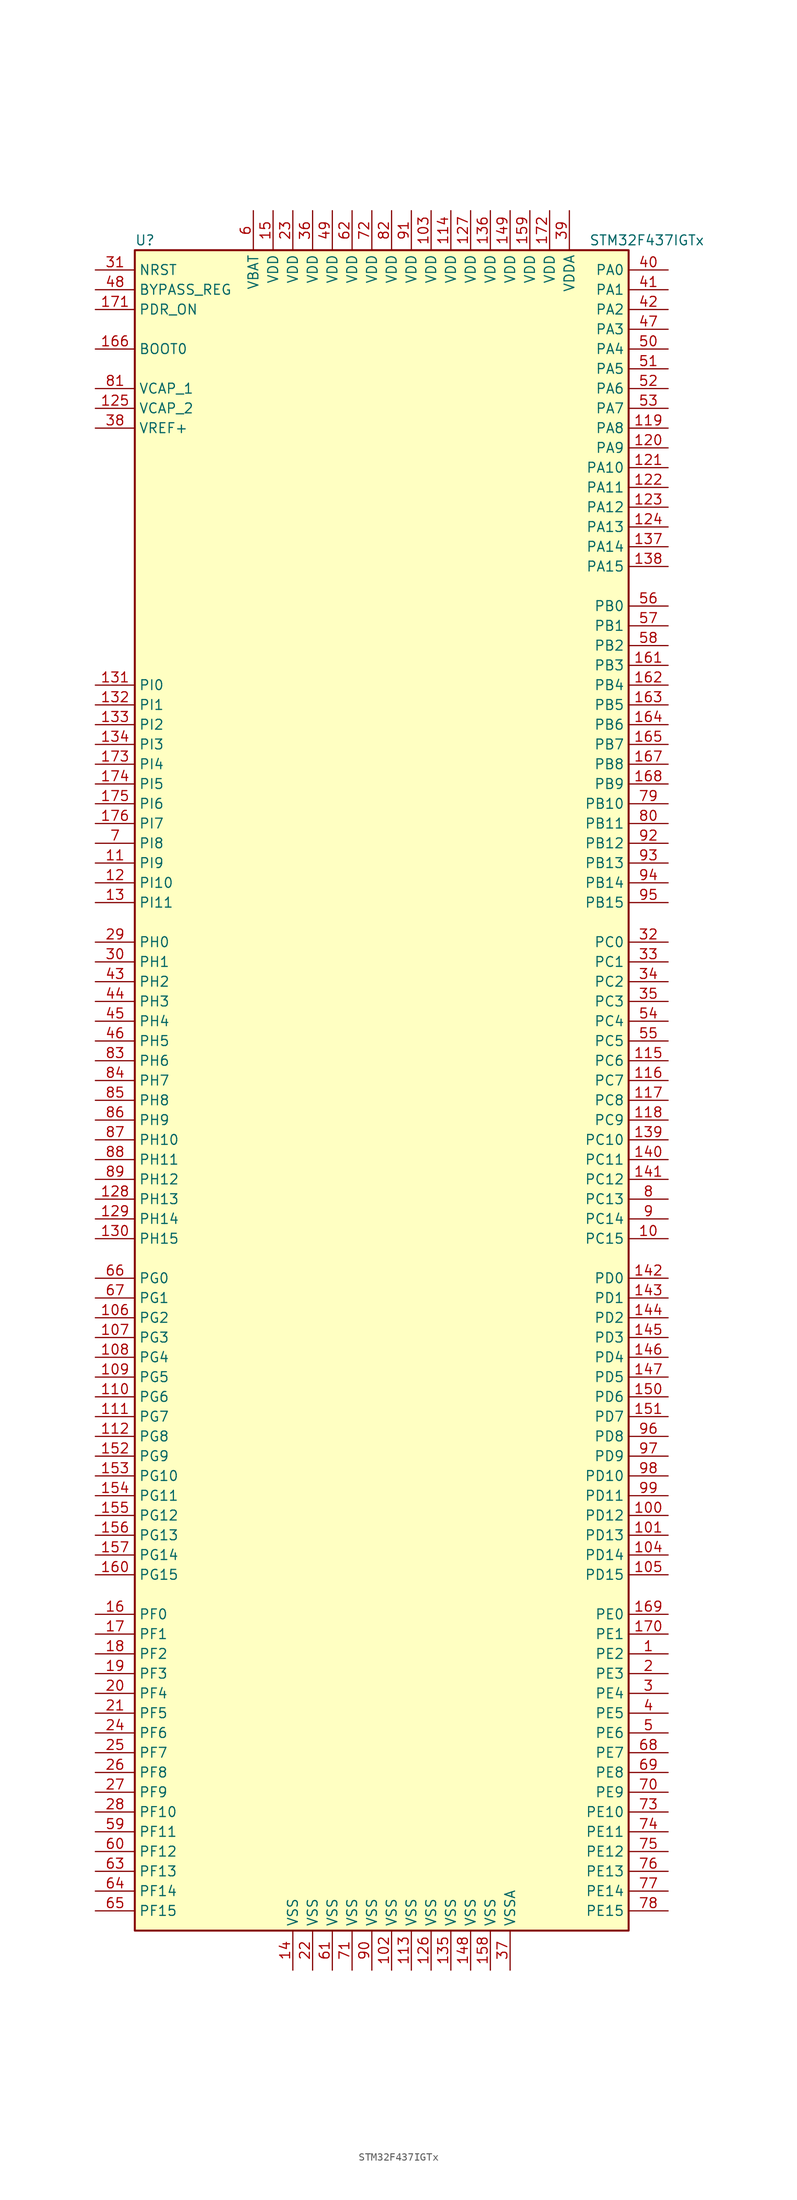
<source format=kicad_sym>
(kicad_symbol_lib
  (version 20211014)
  (generator kicad_symbol_editor)
  (symbol "STM32F437IGTx"
    (property "Reference" "U"
      (at -33.02 107.95 0)
      (effects (font (size 1.27 1.27)) (justify left)))
    (property "Value" "STM32F437IGTx"
      (at 25.4 107.95 0)
      (effects (font (size 1.27 1.27)) (justify left)))
    (symbol "STM32F437IGTx_0_1"
      (rectangle (start -33.02 -109.22) (end 30.48 106.68) (stroke (width 0.254) (type default) (color 0 0 0 0)) (fill (type background))))
    (symbol "STM32F437IGTx_1_1"
      (pin bidirectional line (at 35.56 -73.66 180) (length 5.08) (name "PE2" (effects (font (size 1.27 1.27)))) (number "1" (effects (font (size 1.27 1.27)))))
      (pin bidirectional line (at 35.56 -20.32 180) (length 5.08) (name "PC15" (effects (font (size 1.27 1.27)))) (number "10" (effects (font (size 1.27 1.27)))))
      (pin bidirectional line (at 35.56 -55.88 180) (length 5.08) (name "PD12" (effects (font (size 1.27 1.27)))) (number "100" (effects (font (size 1.27 1.27)))))
      (pin bidirectional line (at 35.56 -58.42 180) (length 5.08) (name "PD13" (effects (font (size 1.27 1.27)))) (number "101" (effects (font (size 1.27 1.27)))))
      (pin power_in line (at 0 -114.3 90) (length 5.08) (name "VSS" (effects (font (size 1.27 1.27)))) (number "102" (effects (font (size 1.27 1.27)))))
      (pin power_in line (at 5.08 111.76 270) (length 5.08) (name "VDD" (effects (font (size 1.27 1.27)))) (number "103" (effects (font (size 1.27 1.27)))))
      (pin bidirectional line (at 35.56 -60.96 180) (length 5.08) (name "PD14" (effects (font (size 1.27 1.27)))) (number "104" (effects (font (size 1.27 1.27)))))
      (pin bidirectional line (at 35.56 -63.5 180) (length 5.08) (name "PD15" (effects (font (size 1.27 1.27)))) (number "105" (effects (font (size 1.27 1.27)))))
      (pin bidirectional line (at -38.1 -30.48 0) (length 5.08) (name "PG2" (effects (font (size 1.27 1.27)))) (number "106" (effects (font (size 1.27 1.27)))))
      (pin bidirectional line (at -38.1 -33.02 0) (length 5.08) (name "PG3" (effects (font (size 1.27 1.27)))) (number "107" (effects (font (size 1.27 1.27)))))
      (pin bidirectional line (at -38.1 -35.56 0) (length 5.08) (name "PG4" (effects (font (size 1.27 1.27)))) (number "108" (effects (font (size 1.27 1.27)))))
      (pin bidirectional line (at -38.1 -38.1 0) (length 5.08) (name "PG5" (effects (font (size 1.27 1.27)))) (number "109" (effects (font (size 1.27 1.27)))))
      (pin bidirectional line (at -38.1 27.94 0) (length 5.08) (name "PI9" (effects (font (size 1.27 1.27)))) (number "11" (effects (font (size 1.27 1.27)))))
      (pin bidirectional line (at -38.1 -40.64 0) (length 5.08) (name "PG6" (effects (font (size 1.27 1.27)))) (number "110" (effects (font (size 1.27 1.27)))))
      (pin bidirectional line (at -38.1 -43.18 0) (length 5.08) (name "PG7" (effects (font (size 1.27 1.27)))) (number "111" (effects (font (size 1.27 1.27)))))
      (pin bidirectional line (at -38.1 -45.72 0) (length 5.08) (name "PG8" (effects (font (size 1.27 1.27)))) (number "112" (effects (font (size 1.27 1.27)))))
      (pin power_in line (at 2.54 -114.3 90) (length 5.08) (name "VSS" (effects (font (size 1.27 1.27)))) (number "113" (effects (font (size 1.27 1.27)))))
      (pin power_in line (at 7.62 111.76 270) (length 5.08) (name "VDD" (effects (font (size 1.27 1.27)))) (number "114" (effects (font (size 1.27 1.27)))))
      (pin bidirectional line (at 35.56 2.54 180) (length 5.08) (name "PC6" (effects (font (size 1.27 1.27)))) (number "115" (effects (font (size 1.27 1.27)))))
      (pin bidirectional line (at 35.56 0 180) (length 5.08) (name "PC7" (effects (font (size 1.27 1.27)))) (number "116" (effects (font (size 1.27 1.27)))))
      (pin bidirectional line (at 35.56 -2.54 180) (length 5.08) (name "PC8" (effects (font (size 1.27 1.27)))) (number "117" (effects (font (size 1.27 1.27)))))
      (pin bidirectional line (at 35.56 -5.08 180) (length 5.08) (name "PC9" (effects (font (size 1.27 1.27)))) (number "118" (effects (font (size 1.27 1.27)))))
      (pin bidirectional line (at 35.56 83.82 180) (length 5.08) (name "PA8" (effects (font (size 1.27 1.27)))) (number "119" (effects (font (size 1.27 1.27)))))
      (pin bidirectional line (at -38.1 25.4 0) (length 5.08) (name "PI10" (effects (font (size 1.27 1.27)))) (number "12" (effects (font (size 1.27 1.27)))))
      (pin bidirectional line (at 35.56 81.28 180) (length 5.08) (name "PA9" (effects (font (size 1.27 1.27)))) (number "120" (effects (font (size 1.27 1.27)))))
      (pin bidirectional line (at 35.56 78.74 180) (length 5.08) (name "PA10" (effects (font (size 1.27 1.27)))) (number "121" (effects (font (size 1.27 1.27)))))
      (pin bidirectional line (at 35.56 76.2 180) (length 5.08) (name "PA11" (effects (font (size 1.27 1.27)))) (number "122" (effects (font (size 1.27 1.27)))))
      (pin bidirectional line (at 35.56 73.66 180) (length 5.08) (name "PA12" (effects (font (size 1.27 1.27)))) (number "123" (effects (font (size 1.27 1.27)))))
      (pin bidirectional line (at 35.56 71.12 180) (length 5.08) (name "PA13" (effects (font (size 1.27 1.27)))) (number "124" (effects (font (size 1.27 1.27)))))
      (pin power_in line (at -38.1 86.36 0) (length 5.08) (name "VCAP_2" (effects (font (size 1.27 1.27)))) (number "125" (effects (font (size 1.27 1.27)))))
      (pin power_in line (at 5.08 -114.3 90) (length 5.08) (name "VSS" (effects (font (size 1.27 1.27)))) (number "126" (effects (font (size 1.27 1.27)))))
      (pin power_in line (at 10.16 111.76 270) (length 5.08) (name "VDD" (effects (font (size 1.27 1.27)))) (number "127" (effects (font (size 1.27 1.27)))))
      (pin bidirectional line (at -38.1 -15.24 0) (length 5.08) (name "PH13" (effects (font (size 1.27 1.27)))) (number "128" (effects (font (size 1.27 1.27)))))
      (pin bidirectional line (at -38.1 -17.78 0) (length 5.08) (name "PH14" (effects (font (size 1.27 1.27)))) (number "129" (effects (font (size 1.27 1.27)))))
      (pin bidirectional line (at -38.1 22.86 0) (length 5.08) (name "PI11" (effects (font (size 1.27 1.27)))) (number "13" (effects (font (size 1.27 1.27)))))
      (pin bidirectional line (at -38.1 -20.32 0) (length 5.08) (name "PH15" (effects (font (size 1.27 1.27)))) (number "130" (effects (font (size 1.27 1.27)))))
      (pin bidirectional line (at -38.1 50.8 0) (length 5.08) (name "PI0" (effects (font (size 1.27 1.27)))) (number "131" (effects (font (size 1.27 1.27)))))
      (pin bidirectional line (at -38.1 48.26 0) (length 5.08) (name "PI1" (effects (font (size 1.27 1.27)))) (number "132" (effects (font (size 1.27 1.27)))))
      (pin bidirectional line (at -38.1 45.72 0) (length 5.08) (name "PI2" (effects (font (size 1.27 1.27)))) (number "133" (effects (font (size 1.27 1.27)))))
      (pin bidirectional line (at -38.1 43.18 0) (length 5.08) (name "PI3" (effects (font (size 1.27 1.27)))) (number "134" (effects (font (size 1.27 1.27)))))
      (pin power_in line (at 7.62 -114.3 90) (length 5.08) (name "VSS" (effects (font (size 1.27 1.27)))) (number "135" (effects (font (size 1.27 1.27)))))
      (pin power_in line (at 12.7 111.76 270) (length 5.08) (name "VDD" (effects (font (size 1.27 1.27)))) (number "136" (effects (font (size 1.27 1.27)))))
      (pin bidirectional line (at 35.56 68.58 180) (length 5.08) (name "PA14" (effects (font (size 1.27 1.27)))) (number "137" (effects (font (size 1.27 1.27)))))
      (pin bidirectional line (at 35.56 66.04 180) (length 5.08) (name "PA15" (effects (font (size 1.27 1.27)))) (number "138" (effects (font (size 1.27 1.27)))))
      (pin bidirectional line (at 35.56 -7.62 180) (length 5.08) (name "PC10" (effects (font (size 1.27 1.27)))) (number "139" (effects (font (size 1.27 1.27)))))
      (pin power_in line (at -12.7 -114.3 90) (length 5.08) (name "VSS" (effects (font (size 1.27 1.27)))) (number "14" (effects (font (size 1.27 1.27)))))
      (pin bidirectional line (at 35.56 -10.16 180) (length 5.08) (name "PC11" (effects (font (size 1.27 1.27)))) (number "140" (effects (font (size 1.27 1.27)))))
      (pin bidirectional line (at 35.56 -12.7 180) (length 5.08) (name "PC12" (effects (font (size 1.27 1.27)))) (number "141" (effects (font (size 1.27 1.27)))))
      (pin bidirectional line (at 35.56 -25.4 180) (length 5.08) (name "PD0" (effects (font (size 1.27 1.27)))) (number "142" (effects (font (size 1.27 1.27)))))
      (pin bidirectional line (at 35.56 -27.94 180) (length 5.08) (name "PD1" (effects (font (size 1.27 1.27)))) (number "143" (effects (font (size 1.27 1.27)))))
      (pin bidirectional line (at 35.56 -30.48 180) (length 5.08) (name "PD2" (effects (font (size 1.27 1.27)))) (number "144" (effects (font (size 1.27 1.27)))))
      (pin bidirectional line (at 35.56 -33.02 180) (length 5.08) (name "PD3" (effects (font (size 1.27 1.27)))) (number "145" (effects (font (size 1.27 1.27)))))
      (pin bidirectional line (at 35.56 -35.56 180) (length 5.08) (name "PD4" (effects (font (size 1.27 1.27)))) (number "146" (effects (font (size 1.27 1.27)))))
      (pin bidirectional line (at 35.56 -38.1 180) (length 5.08) (name "PD5" (effects (font (size 1.27 1.27)))) (number "147" (effects (font (size 1.27 1.27)))))
      (pin power_in line (at 10.16 -114.3 90) (length 5.08) (name "VSS" (effects (font (size 1.27 1.27)))) (number "148" (effects (font (size 1.27 1.27)))))
      (pin power_in line (at 15.24 111.76 270) (length 5.08) (name "VDD" (effects (font (size 1.27 1.27)))) (number "149" (effects (font (size 1.27 1.27)))))
      (pin power_in line (at -15.24 111.76 270) (length 5.08) (name "VDD" (effects (font (size 1.27 1.27)))) (number "15" (effects (font (size 1.27 1.27)))))
      (pin bidirectional line (at 35.56 -40.64 180) (length 5.08) (name "PD6" (effects (font (size 1.27 1.27)))) (number "150" (effects (font (size 1.27 1.27)))))
      (pin bidirectional line (at 35.56 -43.18 180) (length 5.08) (name "PD7" (effects (font (size 1.27 1.27)))) (number "151" (effects (font (size 1.27 1.27)))))
      (pin bidirectional line (at -38.1 -48.26 0) (length 5.08) (name "PG9" (effects (font (size 1.27 1.27)))) (number "152" (effects (font (size 1.27 1.27)))))
      (pin bidirectional line (at -38.1 -50.8 0) (length 5.08) (name "PG10" (effects (font (size 1.27 1.27)))) (number "153" (effects (font (size 1.27 1.27)))))
      (pin bidirectional line (at -38.1 -53.34 0) (length 5.08) (name "PG11" (effects (font (size 1.27 1.27)))) (number "154" (effects (font (size 1.27 1.27)))))
      (pin bidirectional line (at -38.1 -55.88 0) (length 5.08) (name "PG12" (effects (font (size 1.27 1.27)))) (number "155" (effects (font (size 1.27 1.27)))))
      (pin bidirectional line (at -38.1 -58.42 0) (length 5.08) (name "PG13" (effects (font (size 1.27 1.27)))) (number "156" (effects (font (size 1.27 1.27)))))
      (pin bidirectional line (at -38.1 -60.96 0) (length 5.08) (name "PG14" (effects (font (size 1.27 1.27)))) (number "157" (effects (font (size 1.27 1.27)))))
      (pin power_in line (at 12.7 -114.3 90) (length 5.08) (name "VSS" (effects (font (size 1.27 1.27)))) (number "158" (effects (font (size 1.27 1.27)))))
      (pin power_in line (at 17.78 111.76 270) (length 5.08) (name "VDD" (effects (font (size 1.27 1.27)))) (number "159" (effects (font (size 1.27 1.27)))))
      (pin bidirectional line (at -38.1 -68.58 0) (length 5.08) (name "PF0" (effects (font (size 1.27 1.27)))) (number "16" (effects (font (size 1.27 1.27)))))
      (pin bidirectional line (at -38.1 -63.5 0) (length 5.08) (name "PG15" (effects (font (size 1.27 1.27)))) (number "160" (effects (font (size 1.27 1.27)))))
      (pin bidirectional line (at 35.56 53.34 180) (length 5.08) (name "PB3" (effects (font (size 1.27 1.27)))) (number "161" (effects (font (size 1.27 1.27)))))
      (pin bidirectional line (at 35.56 50.8 180) (length 5.08) (name "PB4" (effects (font (size 1.27 1.27)))) (number "162" (effects (font (size 1.27 1.27)))))
      (pin bidirectional line (at 35.56 48.26 180) (length 5.08) (name "PB5" (effects (font (size 1.27 1.27)))) (number "163" (effects (font (size 1.27 1.27)))))
      (pin bidirectional line (at 35.56 45.72 180) (length 5.08) (name "PB6" (effects (font (size 1.27 1.27)))) (number "164" (effects (font (size 1.27 1.27)))))
      (pin bidirectional line (at 35.56 43.18 180) (length 5.08) (name "PB7" (effects (font (size 1.27 1.27)))) (number "165" (effects (font (size 1.27 1.27)))))
      (pin input line (at -38.1 93.98 0) (length 5.08) (name "BOOT0" (effects (font (size 1.27 1.27)))) (number "166" (effects (font (size 1.27 1.27)))))
      (pin bidirectional line (at 35.56 40.64 180) (length 5.08) (name "PB8" (effects (font (size 1.27 1.27)))) (number "167" (effects (font (size 1.27 1.27)))))
      (pin bidirectional line (at 35.56 38.1 180) (length 5.08) (name "PB9" (effects (font (size 1.27 1.27)))) (number "168" (effects (font (size 1.27 1.27)))))
      (pin bidirectional line (at 35.56 -68.58 180) (length 5.08) (name "PE0" (effects (font (size 1.27 1.27)))) (number "169" (effects (font (size 1.27 1.27)))))
      (pin bidirectional line (at -38.1 -71.12 0) (length 5.08) (name "PF1" (effects (font (size 1.27 1.27)))) (number "17" (effects (font (size 1.27 1.27)))))
      (pin bidirectional line (at 35.56 -71.12 180) (length 5.08) (name "PE1" (effects (font (size 1.27 1.27)))) (number "170" (effects (font (size 1.27 1.27)))))
      (pin input line (at -38.1 99.06 0) (length 5.08) (name "PDR_ON" (effects (font (size 1.27 1.27)))) (number "171" (effects (font (size 1.27 1.27)))))
      (pin power_in line (at 20.32 111.76 270) (length 5.08) (name "VDD" (effects (font (size 1.27 1.27)))) (number "172" (effects (font (size 1.27 1.27)))))
      (pin bidirectional line (at -38.1 40.64 0) (length 5.08) (name "PI4" (effects (font (size 1.27 1.27)))) (number "173" (effects (font (size 1.27 1.27)))))
      (pin bidirectional line (at -38.1 38.1 0) (length 5.08) (name "PI5" (effects (font (size 1.27 1.27)))) (number "174" (effects (font (size 1.27 1.27)))))
      (pin bidirectional line (at -38.1 35.56 0) (length 5.08) (name "PI6" (effects (font (size 1.27 1.27)))) (number "175" (effects (font (size 1.27 1.27)))))
      (pin bidirectional line (at -38.1 33.02 0) (length 5.08) (name "PI7" (effects (font (size 1.27 1.27)))) (number "176" (effects (font (size 1.27 1.27)))))
      (pin bidirectional line (at -38.1 -73.66 0) (length 5.08) (name "PF2" (effects (font (size 1.27 1.27)))) (number "18" (effects (font (size 1.27 1.27)))))
      (pin bidirectional line (at -38.1 -76.2 0) (length 5.08) (name "PF3" (effects (font (size 1.27 1.27)))) (number "19" (effects (font (size 1.27 1.27)))))
      (pin bidirectional line (at 35.56 -76.2 180) (length 5.08) (name "PE3" (effects (font (size 1.27 1.27)))) (number "2" (effects (font (size 1.27 1.27)))))
      (pin bidirectional line (at -38.1 -78.74 0) (length 5.08) (name "PF4" (effects (font (size 1.27 1.27)))) (number "20" (effects (font (size 1.27 1.27)))))
      (pin bidirectional line (at -38.1 -81.28 0) (length 5.08) (name "PF5" (effects (font (size 1.27 1.27)))) (number "21" (effects (font (size 1.27 1.27)))))
      (pin power_in line (at -10.16 -114.3 90) (length 5.08) (name "VSS" (effects (font (size 1.27 1.27)))) (number "22" (effects (font (size 1.27 1.27)))))
      (pin power_in line (at -12.7 111.76 270) (length 5.08) (name "VDD" (effects (font (size 1.27 1.27)))) (number "23" (effects (font (size 1.27 1.27)))))
      (pin bidirectional line (at -38.1 -83.82 0) (length 5.08) (name "PF6" (effects (font (size 1.27 1.27)))) (number "24" (effects (font (size 1.27 1.27)))))
      (pin bidirectional line (at -38.1 -86.36 0) (length 5.08) (name "PF7" (effects (font (size 1.27 1.27)))) (number "25" (effects (font (size 1.27 1.27)))))
      (pin bidirectional line (at -38.1 -88.9 0) (length 5.08) (name "PF8" (effects (font (size 1.27 1.27)))) (number "26" (effects (font (size 1.27 1.27)))))
      (pin bidirectional line (at -38.1 -91.44 0) (length 5.08) (name "PF9" (effects (font (size 1.27 1.27)))) (number "27" (effects (font (size 1.27 1.27)))))
      (pin bidirectional line (at -38.1 -93.98 0) (length 5.08) (name "PF10" (effects (font (size 1.27 1.27)))) (number "28" (effects (font (size 1.27 1.27)))))
      (pin input line (at -38.1 17.78 0) (length 5.08) (name "PH0" (effects (font (size 1.27 1.27)))) (number "29" (effects (font (size 1.27 1.27)))))
      (pin bidirectional line (at 35.56 -78.74 180) (length 5.08) (name "PE4" (effects (font (size 1.27 1.27)))) (number "3" (effects (font (size 1.27 1.27)))))
      (pin input line (at -38.1 15.24 0) (length 5.08) (name "PH1" (effects (font (size 1.27 1.27)))) (number "30" (effects (font (size 1.27 1.27)))))
      (pin input line (at -38.1 104.14 0) (length 5.08) (name "NRST" (effects (font (size 1.27 1.27)))) (number "31" (effects (font (size 1.27 1.27)))))
      (pin bidirectional line (at 35.56 17.78 180) (length 5.08) (name "PC0" (effects (font (size 1.27 1.27)))) (number "32" (effects (font (size 1.27 1.27)))))
      (pin bidirectional line (at 35.56 15.24 180) (length 5.08) (name "PC1" (effects (font (size 1.27 1.27)))) (number "33" (effects (font (size 1.27 1.27)))))
      (pin bidirectional line (at 35.56 12.7 180) (length 5.08) (name "PC2" (effects (font (size 1.27 1.27)))) (number "34" (effects (font (size 1.27 1.27)))))
      (pin bidirectional line (at 35.56 10.16 180) (length 5.08) (name "PC3" (effects (font (size 1.27 1.27)))) (number "35" (effects (font (size 1.27 1.27)))))
      (pin power_in line (at -10.16 111.76 270) (length 5.08) (name "VDD" (effects (font (size 1.27 1.27)))) (number "36" (effects (font (size 1.27 1.27)))))
      (pin power_in line (at 15.24 -114.3 90) (length 5.08) (name "VSSA" (effects (font (size 1.27 1.27)))) (number "37" (effects (font (size 1.27 1.27)))))
      (pin power_in line (at -38.1 83.82 0) (length 5.08) (name "VREF+" (effects (font (size 1.27 1.27)))) (number "38" (effects (font (size 1.27 1.27)))))
      (pin power_in line (at 22.86 111.76 270) (length 5.08) (name "VDDA" (effects (font (size 1.27 1.27)))) (number "39" (effects (font (size 1.27 1.27)))))
      (pin bidirectional line (at 35.56 -81.28 180) (length 5.08) (name "PE5" (effects (font (size 1.27 1.27)))) (number "4" (effects (font (size 1.27 1.27)))))
      (pin bidirectional line (at 35.56 104.14 180) (length 5.08) (name "PA0" (effects (font (size 1.27 1.27)))) (number "40" (effects (font (size 1.27 1.27)))))
      (pin bidirectional line (at 35.56 101.6 180) (length 5.08) (name "PA1" (effects (font (size 1.27 1.27)))) (number "41" (effects (font (size 1.27 1.27)))))
      (pin bidirectional line (at 35.56 99.06 180) (length 5.08) (name "PA2" (effects (font (size 1.27 1.27)))) (number "42" (effects (font (size 1.27 1.27)))))
      (pin bidirectional line (at -38.1 12.7 0) (length 5.08) (name "PH2" (effects (font (size 1.27 1.27)))) (number "43" (effects (font (size 1.27 1.27)))))
      (pin bidirectional line (at -38.1 10.16 0) (length 5.08) (name "PH3" (effects (font (size 1.27 1.27)))) (number "44" (effects (font (size 1.27 1.27)))))
      (pin bidirectional line (at -38.1 7.62 0) (length 5.08) (name "PH4" (effects (font (size 1.27 1.27)))) (number "45" (effects (font (size 1.27 1.27)))))
      (pin bidirectional line (at -38.1 5.08 0) (length 5.08) (name "PH5" (effects (font (size 1.27 1.27)))) (number "46" (effects (font (size 1.27 1.27)))))
      (pin bidirectional line (at 35.56 96.52 180) (length 5.08) (name "PA3" (effects (font (size 1.27 1.27)))) (number "47" (effects (font (size 1.27 1.27)))))
      (pin input line (at -38.1 101.6 0) (length 5.08) (name "BYPASS_REG" (effects (font (size 1.27 1.27)))) (number "48" (effects (font (size 1.27 1.27)))))
      (pin power_in line (at -7.62 111.76 270) (length 5.08) (name "VDD" (effects (font (size 1.27 1.27)))) (number "49" (effects (font (size 1.27 1.27)))))
      (pin bidirectional line (at 35.56 -83.82 180) (length 5.08) (name "PE6" (effects (font (size 1.27 1.27)))) (number "5" (effects (font (size 1.27 1.27)))))
      (pin bidirectional line (at 35.56 93.98 180) (length 5.08) (name "PA4" (effects (font (size 1.27 1.27)))) (number "50" (effects (font (size 1.27 1.27)))))
      (pin bidirectional line (at 35.56 91.44 180) (length 5.08) (name "PA5" (effects (font (size 1.27 1.27)))) (number "51" (effects (font (size 1.27 1.27)))))
      (pin bidirectional line (at 35.56 88.9 180) (length 5.08) (name "PA6" (effects (font (size 1.27 1.27)))) (number "52" (effects (font (size 1.27 1.27)))))
      (pin bidirectional line (at 35.56 86.36 180) (length 5.08) (name "PA7" (effects (font (size 1.27 1.27)))) (number "53" (effects (font (size 1.27 1.27)))))
      (pin bidirectional line (at 35.56 7.62 180) (length 5.08) (name "PC4" (effects (font (size 1.27 1.27)))) (number "54" (effects (font (size 1.27 1.27)))))
      (pin bidirectional line (at 35.56 5.08 180) (length 5.08) (name "PC5" (effects (font (size 1.27 1.27)))) (number "55" (effects (font (size 1.27 1.27)))))
      (pin bidirectional line (at 35.56 60.96 180) (length 5.08) (name "PB0" (effects (font (size 1.27 1.27)))) (number "56" (effects (font (size 1.27 1.27)))))
      (pin bidirectional line (at 35.56 58.42 180) (length 5.08) (name "PB1" (effects (font (size 1.27 1.27)))) (number "57" (effects (font (size 1.27 1.27)))))
      (pin bidirectional line (at 35.56 55.88 180) (length 5.08) (name "PB2" (effects (font (size 1.27 1.27)))) (number "58" (effects (font (size 1.27 1.27)))))
      (pin bidirectional line (at -38.1 -96.52 0) (length 5.08) (name "PF11" (effects (font (size 1.27 1.27)))) (number "59" (effects (font (size 1.27 1.27)))))
      (pin power_in line (at -17.78 111.76 270) (length 5.08) (name "VBAT" (effects (font (size 1.27 1.27)))) (number "6" (effects (font (size 1.27 1.27)))))
      (pin bidirectional line (at -38.1 -99.06 0) (length 5.08) (name "PF12" (effects (font (size 1.27 1.27)))) (number "60" (effects (font (size 1.27 1.27)))))
      (pin power_in line (at -7.62 -114.3 90) (length 5.08) (name "VSS" (effects (font (size 1.27 1.27)))) (number "61" (effects (font (size 1.27 1.27)))))
      (pin power_in line (at -5.08 111.76 270) (length 5.08) (name "VDD" (effects (font (size 1.27 1.27)))) (number "62" (effects (font (size 1.27 1.27)))))
      (pin bidirectional line (at -38.1 -101.6 0) (length 5.08) (name "PF13" (effects (font (size 1.27 1.27)))) (number "63" (effects (font (size 1.27 1.27)))))
      (pin bidirectional line (at -38.1 -104.14 0) (length 5.08) (name "PF14" (effects (font (size 1.27 1.27)))) (number "64" (effects (font (size 1.27 1.27)))))
      (pin bidirectional line (at -38.1 -106.68 0) (length 5.08) (name "PF15" (effects (font (size 1.27 1.27)))) (number "65" (effects (font (size 1.27 1.27)))))
      (pin bidirectional line (at -38.1 -25.4 0) (length 5.08) (name "PG0" (effects (font (size 1.27 1.27)))) (number "66" (effects (font (size 1.27 1.27)))))
      (pin bidirectional line (at -38.1 -27.94 0) (length 5.08) (name "PG1" (effects (font (size 1.27 1.27)))) (number "67" (effects (font (size 1.27 1.27)))))
      (pin bidirectional line (at 35.56 -86.36 180) (length 5.08) (name "PE7" (effects (font (size 1.27 1.27)))) (number "68" (effects (font (size 1.27 1.27)))))
      (pin bidirectional line (at 35.56 -88.9 180) (length 5.08) (name "PE8" (effects (font (size 1.27 1.27)))) (number "69" (effects (font (size 1.27 1.27)))))
      (pin bidirectional line (at -38.1 30.48 0) (length 5.08) (name "PI8" (effects (font (size 1.27 1.27)))) (number "7" (effects (font (size 1.27 1.27)))))
      (pin bidirectional line (at 35.56 -91.44 180) (length 5.08) (name "PE9" (effects (font (size 1.27 1.27)))) (number "70" (effects (font (size 1.27 1.27)))))
      (pin power_in line (at -5.08 -114.3 90) (length 5.08) (name "VSS" (effects (font (size 1.27 1.27)))) (number "71" (effects (font (size 1.27 1.27)))))
      (pin power_in line (at -2.54 111.76 270) (length 5.08) (name "VDD" (effects (font (size 1.27 1.27)))) (number "72" (effects (font (size 1.27 1.27)))))
      (pin bidirectional line (at 35.56 -93.98 180) (length 5.08) (name "PE10" (effects (font (size 1.27 1.27)))) (number "73" (effects (font (size 1.27 1.27)))))
      (pin bidirectional line (at 35.56 -96.52 180) (length 5.08) (name "PE11" (effects (font (size 1.27 1.27)))) (number "74" (effects (font (size 1.27 1.27)))))
      (pin bidirectional line (at 35.56 -99.06 180) (length 5.08) (name "PE12" (effects (font (size 1.27 1.27)))) (number "75" (effects (font (size 1.27 1.27)))))
      (pin bidirectional line (at 35.56 -101.6 180) (length 5.08) (name "PE13" (effects (font (size 1.27 1.27)))) (number "76" (effects (font (size 1.27 1.27)))))
      (pin bidirectional line (at 35.56 -104.14 180) (length 5.08) (name "PE14" (effects (font (size 1.27 1.27)))) (number "77" (effects (font (size 1.27 1.27)))))
      (pin bidirectional line (at 35.56 -106.68 180) (length 5.08) (name "PE15" (effects (font (size 1.27 1.27)))) (number "78" (effects (font (size 1.27 1.27)))))
      (pin bidirectional line (at 35.56 35.56 180) (length 5.08) (name "PB10" (effects (font (size 1.27 1.27)))) (number "79" (effects (font (size 1.27 1.27)))))
      (pin bidirectional line (at 35.56 -15.24 180) (length 5.08) (name "PC13" (effects (font (size 1.27 1.27)))) (number "8" (effects (font (size 1.27 1.27)))))
      (pin bidirectional line (at 35.56 33.02 180) (length 5.08) (name "PB11" (effects (font (size 1.27 1.27)))) (number "80" (effects (font (size 1.27 1.27)))))
      (pin power_in line (at -38.1 88.9 0) (length 5.08) (name "VCAP_1" (effects (font (size 1.27 1.27)))) (number "81" (effects (font (size 1.27 1.27)))))
      (pin power_in line (at 0 111.76 270) (length 5.08) (name "VDD" (effects (font (size 1.27 1.27)))) (number "82" (effects (font (size 1.27 1.27)))))
      (pin bidirectional line (at -38.1 2.54 0) (length 5.08) (name "PH6" (effects (font (size 1.27 1.27)))) (number "83" (effects (font (size 1.27 1.27)))))
      (pin bidirectional line (at -38.1 0 0) (length 5.08) (name "PH7" (effects (font (size 1.27 1.27)))) (number "84" (effects (font (size 1.27 1.27)))))
      (pin bidirectional line (at -38.1 -2.54 0) (length 5.08) (name "PH8" (effects (font (size 1.27 1.27)))) (number "85" (effects (font (size 1.27 1.27)))))
      (pin bidirectional line (at -38.1 -5.08 0) (length 5.08) (name "PH9" (effects (font (size 1.27 1.27)))) (number "86" (effects (font (size 1.27 1.27)))))
      (pin bidirectional line (at -38.1 -7.62 0) (length 5.08) (name "PH10" (effects (font (size 1.27 1.27)))) (number "87" (effects (font (size 1.27 1.27)))))
      (pin bidirectional line (at -38.1 -10.16 0) (length 5.08) (name "PH11" (effects (font (size 1.27 1.27)))) (number "88" (effects (font (size 1.27 1.27)))))
      (pin bidirectional line (at -38.1 -12.7 0) (length 5.08) (name "PH12" (effects (font (size 1.27 1.27)))) (number "89" (effects (font (size 1.27 1.27)))))
      (pin bidirectional line (at 35.56 -17.78 180) (length 5.08) (name "PC14" (effects (font (size 1.27 1.27)))) (number "9" (effects (font (size 1.27 1.27)))))
      (pin power_in line (at -2.54 -114.3 90) (length 5.08) (name "VSS" (effects (font (size 1.27 1.27)))) (number "90" (effects (font (size 1.27 1.27)))))
      (pin power_in line (at 2.54 111.76 270) (length 5.08) (name "VDD" (effects (font (size 1.27 1.27)))) (number "91" (effects (font (size 1.27 1.27)))))
      (pin bidirectional line (at 35.56 30.48 180) (length 5.08) (name "PB12" (effects (font (size 1.27 1.27)))) (number "92" (effects (font (size 1.27 1.27)))))
      (pin bidirectional line (at 35.56 27.94 180) (length 5.08) (name "PB13" (effects (font (size 1.27 1.27)))) (number "93" (effects (font (size 1.27 1.27)))))
      (pin bidirectional line (at 35.56 25.4 180) (length 5.08) (name "PB14" (effects (font (size 1.27 1.27)))) (number "94" (effects (font (size 1.27 1.27)))))
      (pin bidirectional line (at 35.56 22.86 180) (length 5.08) (name "PB15" (effects (font (size 1.27 1.27)))) (number "95" (effects (font (size 1.27 1.27)))))
      (pin bidirectional line (at 35.56 -45.72 180) (length 5.08) (name "PD8" (effects (font (size 1.27 1.27)))) (number "96" (effects (font (size 1.27 1.27)))))
      (pin bidirectional line (at 35.56 -48.26 180) (length 5.08) (name "PD9" (effects (font (size 1.27 1.27)))) (number "97" (effects (font (size 1.27 1.27)))))
      (pin bidirectional line (at 35.56 -50.8 180) (length 5.08) (name "PD10" (effects (font (size 1.27 1.27)))) (number "98" (effects (font (size 1.27 1.27)))))
      (pin bidirectional line (at 35.56 -53.34 180) (length 5.08) (name "PD11" (effects (font (size 1.27 1.27)))) (number "99" (effects (font (size 1.27 1.27))))))))
</source>
